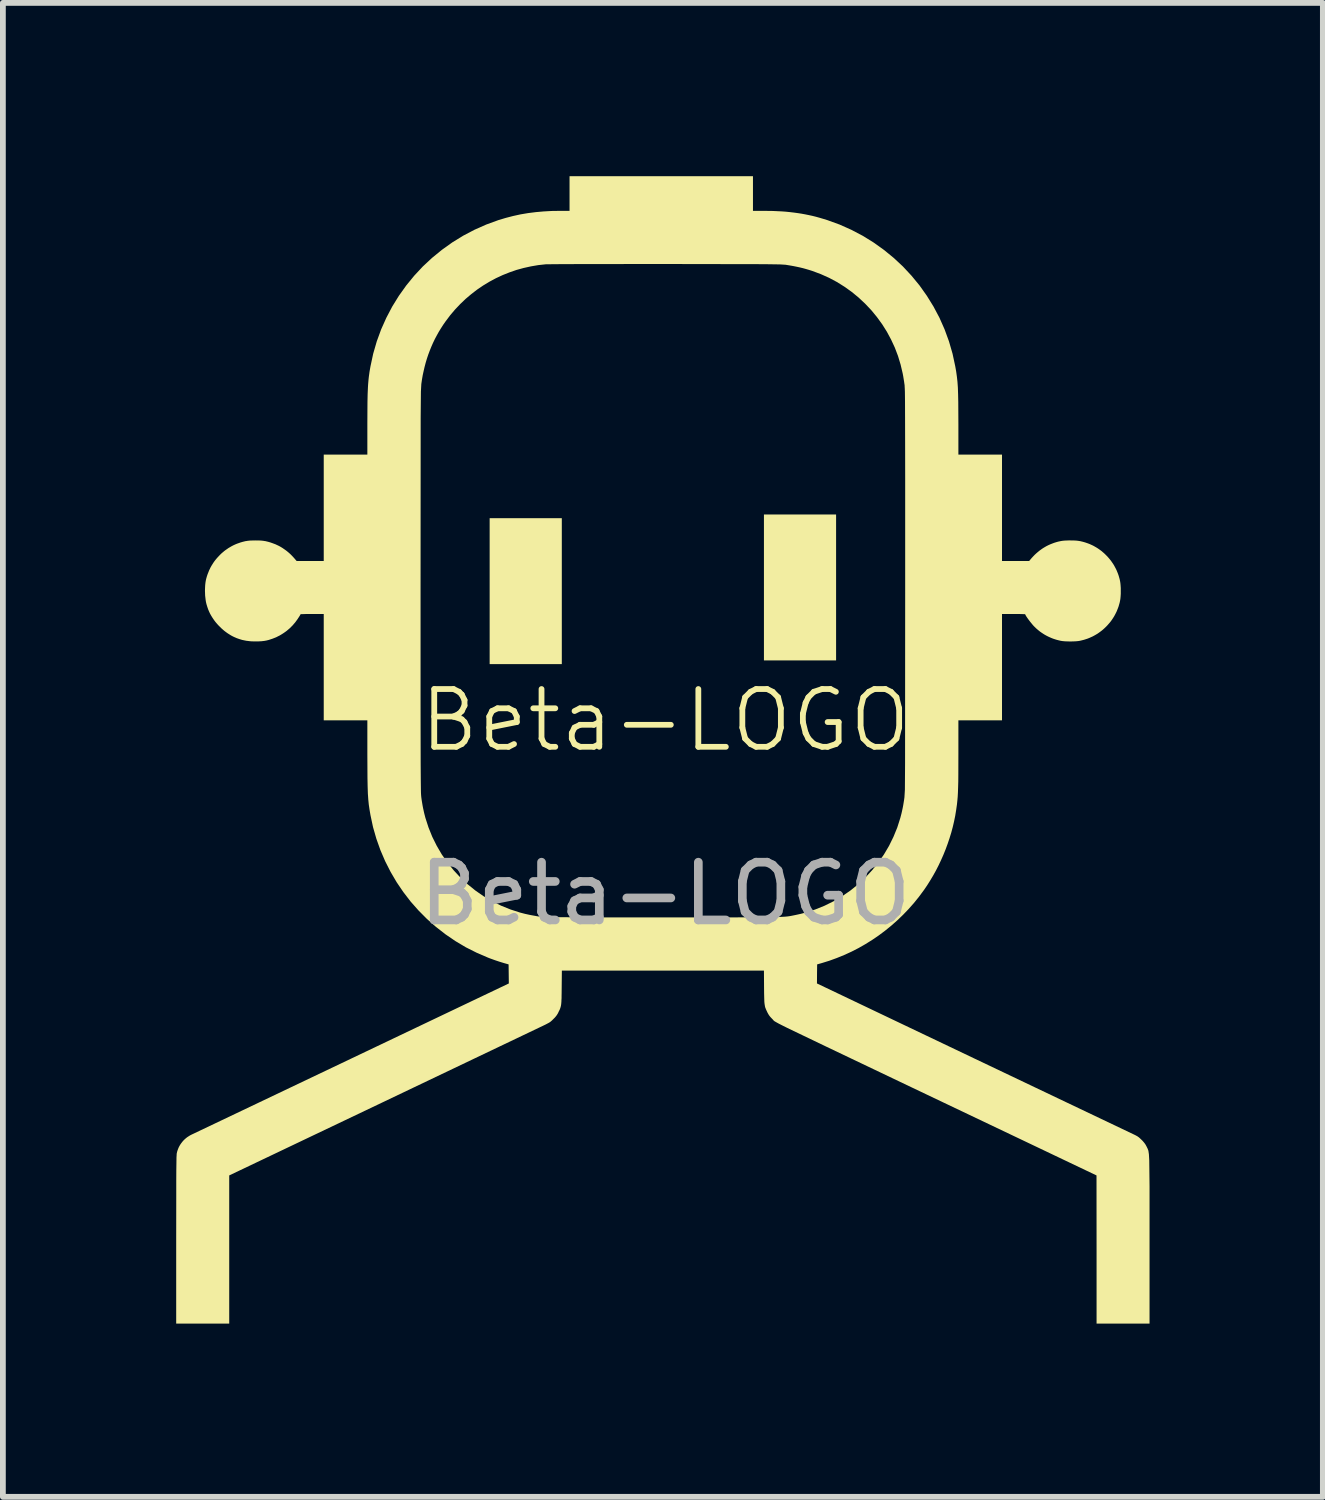
<source format=kicad_pcb>
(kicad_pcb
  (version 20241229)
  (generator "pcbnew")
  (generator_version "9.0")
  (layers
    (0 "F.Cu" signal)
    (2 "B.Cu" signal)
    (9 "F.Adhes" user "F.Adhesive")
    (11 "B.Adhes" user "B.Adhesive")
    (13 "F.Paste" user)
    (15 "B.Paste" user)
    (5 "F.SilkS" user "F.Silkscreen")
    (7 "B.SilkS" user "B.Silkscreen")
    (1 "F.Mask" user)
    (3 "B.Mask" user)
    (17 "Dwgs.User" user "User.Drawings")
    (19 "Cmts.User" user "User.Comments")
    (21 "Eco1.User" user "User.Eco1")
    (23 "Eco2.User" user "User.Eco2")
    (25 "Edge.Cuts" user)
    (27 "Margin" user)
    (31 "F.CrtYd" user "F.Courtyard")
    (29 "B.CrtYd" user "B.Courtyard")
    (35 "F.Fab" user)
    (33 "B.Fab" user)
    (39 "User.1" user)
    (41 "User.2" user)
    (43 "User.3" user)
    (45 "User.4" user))
  (footprint "Beta-LOGO"
    (layer "F.Cu")
    (at 8.467 9.92)
    (property "Reference" "Beta-LOGO" (at 0 -0.5 0) (unlocked yes) (layer "F.SilkS") (effects (font (size 1 1) (thickness 0.1))))
    (attr exclude_from_pos_files exclude_from_bom allow_missing_courtyard)
    (fp_poly (pts (xy -1.792 -2.737) (xy -1.792 -1.474) (xy -2.417 -1.474) (xy -3.041 -1.474) (xy -3.041 -2.737) (xy -3.041 -4) (xy -2.417 -4) (xy -1.792 -4)) (stroke (width 0) (type solid)) (fill yes) (layer "F.SilkS"))
    (fp_poly (pts (xy 2.956 -2.801) (xy 2.956 -1.538) (xy 2.332 -1.538) (xy 1.707 -1.538) (xy 1.707 -2.801) (xy 1.707 -4.064) (xy 2.332 -4.064) (xy 2.956 -4.064)) (stroke (width 0) (type solid)) (fill yes) (layer "F.SilkS"))
    (fp_poly (pts (xy 1.517 -9.62) (xy 1.517 -9.32) (xy 1.707 -9.32) (xy 1.862 -9.318) (xy 2.01 -9.311) (xy 2.081 -9.306) (xy 2.151 -9.299) (xy 2.219 -9.291) (xy 2.286 -9.282) (xy 2.352 -9.272) (xy 2.418 -9.26) (xy 2.482 -9.247) (xy 2.547 -9.233) (xy 2.611 -9.217) (xy 2.675 -9.199) (xy 2.739 -9.18) (xy 2.804 -9.16) (xy 3.016 -9.083) (xy 3.22 -8.992) (xy 3.416 -8.889) (xy 3.604 -8.773) (xy 3.783 -8.645) (xy 3.953 -8.506) (xy 4.113 -8.357) (xy 4.262 -8.197) (xy 4.401 -8.028) (xy 4.527 -7.85) (xy 4.642 -7.664) (xy 4.745 -7.47) (xy 4.834 -7.269) (xy 4.91 -7.061) (xy 4.972 -6.847) (xy 5.019 -6.628) (xy 5.035 -6.537) (xy 5.047 -6.45) (xy 5.057 -6.361) (xy 5.064 -6.262) (xy 5.068 -6.147) (xy 5.071 -6.007) (xy 5.073 -5.625) (xy 5.073 -5.101) (xy 5.45 -5.101) (xy 5.828 -5.101) (xy 5.828 -4.18) (xy 5.828 -3.259) (xy 6.063 -3.259) (xy 6.298 -3.259) (xy 6.342 -3.311) (xy 6.368 -3.339) (xy 6.394 -3.366) (xy 6.421 -3.391) (xy 6.449 -3.415) (xy 6.477 -3.438) (xy 6.506 -3.459) (xy 6.536 -3.48) (xy 6.566 -3.498) (xy 6.597 -3.516) (xy 6.629 -3.532) (xy 6.662 -3.547) (xy 6.695 -3.56) (xy 6.729 -3.573) (xy 6.764 -3.584) (xy 6.8 -3.594) (xy 6.837 -3.602) (xy 6.853 -3.605) (xy 6.871 -3.608) (xy 6.889 -3.61) (xy 6.909 -3.612) (xy 6.93 -3.613) (xy 6.954 -3.614) (xy 6.98 -3.615) (xy 7.01 -3.615) (xy 7.054 -3.614) (xy 7.074 -3.614) (xy 7.093 -3.613) (xy 7.112 -3.612) (xy 7.13 -3.61) (xy 7.147 -3.608) (xy 7.164 -3.605) (xy 7.18 -3.603) (xy 7.197 -3.599) (xy 7.213 -3.595) (xy 7.23 -3.591) (xy 7.247 -3.586) (xy 7.265 -3.581) (xy 7.303 -3.568) (xy 7.325 -3.56) (xy 7.348 -3.551) (xy 7.37 -3.541) (xy 7.392 -3.531) (xy 7.414 -3.52) (xy 7.435 -3.508) (xy 7.456 -3.496) (xy 7.476 -3.484) (xy 7.497 -3.47) (xy 7.517 -3.456) (xy 7.536 -3.442) (xy 7.556 -3.427) (xy 7.574 -3.411) (xy 7.593 -3.395) (xy 7.611 -3.378) (xy 7.629 -3.36) (xy 7.652 -3.337) (xy 7.673 -3.313) (xy 7.694 -3.288) (xy 7.714 -3.263) (xy 7.732 -3.237) (xy 7.75 -3.211) (xy 7.767 -3.184) (xy 7.782 -3.156) (xy 7.797 -3.128) (xy 7.811 -3.099) (xy 7.823 -3.07) (xy 7.835 -3.04) (xy 7.846 -3.009) (xy 7.855 -2.978) (xy 7.864 -2.946) (xy 7.871 -2.914) (xy 7.874 -2.897) (xy 7.877 -2.878) (xy 7.879 -2.858) (xy 7.881 -2.836) (xy 7.884 -2.79) (xy 7.884 -2.741) (xy 7.884 -2.692) (xy 7.881 -2.645) (xy 7.879 -2.624) (xy 7.877 -2.603) (xy 7.874 -2.585) (xy 7.871 -2.568) (xy 7.864 -2.535) (xy 7.855 -2.504) (xy 7.846 -2.472) (xy 7.835 -2.442) (xy 7.823 -2.412) (xy 7.811 -2.382) (xy 7.797 -2.354) (xy 7.782 -2.325) (xy 7.767 -2.298) (xy 7.75 -2.271) (xy 7.732 -2.244) (xy 7.714 -2.218) (xy 7.694 -2.193) (xy 7.673 -2.169) (xy 7.652 -2.145) (xy 7.629 -2.121) (xy 7.606 -2.099) (xy 7.582 -2.077) (xy 7.557 -2.056) (xy 7.532 -2.037) (xy 7.506 -2.018) (xy 7.48 -2) (xy 7.453 -1.984) (xy 7.425 -1.968) (xy 7.397 -1.953) (xy 7.368 -1.94) (xy 7.339 -1.927) (xy 7.309 -1.915) (xy 7.278 -1.905) (xy 7.247 -1.895) (xy 7.215 -1.887) (xy 7.183 -1.879) (xy 7.166 -1.876) (xy 7.147 -1.873) (xy 7.127 -1.871) (xy 7.105 -1.869) (xy 7.059 -1.867) (xy 7.01 -1.866) (xy 6.961 -1.867) (xy 6.914 -1.869) (xy 6.893 -1.871) (xy 6.872 -1.873) (xy 6.854 -1.876) (xy 6.837 -1.879) (xy 6.804 -1.887) (xy 6.773 -1.895) (xy 6.741 -1.905) (xy 6.711 -1.915) (xy 6.681 -1.927) (xy 6.651 -1.94) (xy 6.623 -1.953) (xy 6.594 -1.968) (xy 6.567 -1.983) (xy 6.54 -2) (xy 6.513 -2.018) (xy 6.487 -2.036) (xy 6.462 -2.056) (xy 6.437 -2.077) (xy 6.413 -2.098) (xy 6.39 -2.121) (xy 6.379 -2.132) (xy 6.367 -2.145) (xy 6.355 -2.159) (xy 6.342 -2.175) (xy 6.315 -2.208) (xy 6.289 -2.242) (xy 6.266 -2.274) (xy 6.256 -2.289) (xy 6.247 -2.302) (xy 6.24 -2.314) (xy 6.235 -2.324) (xy 6.231 -2.331) (xy 6.23 -2.334) (xy 6.23 -2.336) (xy 6.229 -2.337) (xy 6.226 -2.338) (xy 6.214 -2.339) (xy 6.171 -2.34) (xy 6.107 -2.342) (xy 6.029 -2.342) (xy 5.828 -2.342) (xy 5.828 -1.421) (xy 5.828 -0.501) (xy 5.45 -0.501) (xy 5.073 -0.501) (xy 5.073 0.079) (xy 5.072 0.432) (xy 5.071 0.56) (xy 5.068 0.664) (xy 5.065 0.749) (xy 5.061 0.823) (xy 5.055 0.89) (xy 5.048 0.956) (xy 5.034 1.054) (xy 5.018 1.152) (xy 4.998 1.25) (xy 4.975 1.348) (xy 4.949 1.445) (xy 4.919 1.542) (xy 4.887 1.637) (xy 4.852 1.732) (xy 4.814 1.826) (xy 4.773 1.919) (xy 4.73 2.01) (xy 4.684 2.1) (xy 4.635 2.188) (xy 4.583 2.275) (xy 4.53 2.359) (xy 4.473 2.442) (xy 4.39 2.554) (xy 4.303 2.662) (xy 4.211 2.766) (xy 4.115 2.866) (xy 4.015 2.962) (xy 3.912 3.053) (xy 3.805 3.14) (xy 3.694 3.223) (xy 3.581 3.3) (xy 3.464 3.373) (xy 3.345 3.441) (xy 3.222 3.504) (xy 3.097 3.561) (xy 2.97 3.613) (xy 2.841 3.66) (xy 2.709 3.701) (xy 2.628 3.724) (xy 2.626 3.889) (xy 2.625 4.054) (xy 5.339 5.348) (xy 8.121 6.673) (xy 8.131 6.678) (xy 8.141 6.683) (xy 8.149 6.687) (xy 8.157 6.692) (xy 8.165 6.696) (xy 8.172 6.7) (xy 8.179 6.705) (xy 8.186 6.71) (xy 8.193 6.715) (xy 8.2 6.72) (xy 8.206 6.726) (xy 8.213 6.732) (xy 8.221 6.739) (xy 8.228 6.746) (xy 8.245 6.762) (xy 8.261 6.778) (xy 8.268 6.786) (xy 8.274 6.793) (xy 8.28 6.8) (xy 8.286 6.807) (xy 8.291 6.813) (xy 8.296 6.82) (xy 8.301 6.827) (xy 8.306 6.833) (xy 8.31 6.84) (xy 8.315 6.848) (xy 8.319 6.855) (xy 8.323 6.863) (xy 8.328 6.871) (xy 8.332 6.88) (xy 8.349 6.914) (xy 8.362 6.95) (xy 8.371 7.011) (xy 8.377 7.119) (xy 8.382 7.571) (xy 8.382 8.49) (xy 8.382 9.942) (xy 7.923 9.942) (xy 7.465 9.942) (xy 7.465 8.659) (xy 7.464 7.377) (xy 6.887 7.102) (xy 6.249 6.798) (xy 4.252 5.847) (xy 2.793 5.151) (xy 2.372 4.949) (xy 2.222 4.877) (xy 2.106 4.821) (xy 2.02 4.778) (xy 1.959 4.747) (xy 1.918 4.724) (xy 1.892 4.709) (xy 1.884 4.703) (xy 1.878 4.698) (xy 1.869 4.689) (xy 1.862 4.68) (xy 1.852 4.669) (xy 1.836 4.653) (xy 1.829 4.645) (xy 1.822 4.638) (xy 1.816 4.631) (xy 1.81 4.624) (xy 1.805 4.617) (xy 1.8 4.611) (xy 1.795 4.604) (xy 1.791 4.597) (xy 1.786 4.59) (xy 1.782 4.583) (xy 1.778 4.576) (xy 1.774 4.568) (xy 1.769 4.56) (xy 1.765 4.551) (xy 1.748 4.515) (xy 1.741 4.499) (xy 1.735 4.483) (xy 1.729 4.468) (xy 1.725 4.452) (xy 1.722 4.434) (xy 1.719 4.415) (xy 1.716 4.393) (xy 1.714 4.369) (xy 1.712 4.307) (xy 1.71 4.225) (xy 1.709 4.119) (xy 1.707 3.832) (xy -0.042 3.832) (xy -1.791 3.832) (xy -1.794 4.119) (xy -1.795 4.225) (xy -1.796 4.269) (xy -1.796 4.307) (xy -1.798 4.34) (xy -1.799 4.369) (xy -1.801 4.393) (xy -1.803 4.415) (xy -1.805 4.425) (xy -1.806 4.434) (xy -1.808 4.443) (xy -1.81 4.452) (xy -1.812 4.46) (xy -1.814 4.468) (xy -1.817 4.475) (xy -1.819 4.483) (xy -1.825 4.499) (xy -1.832 4.515) (xy -1.841 4.532) (xy -1.85 4.551) (xy -1.854 4.56) (xy -1.858 4.568) (xy -1.862 4.576) (xy -1.867 4.583) (xy -1.871 4.59) (xy -1.875 4.597) (xy -1.88 4.604) (xy -1.885 4.611) (xy -1.89 4.617) (xy -1.895 4.624) (xy -1.901 4.631) (xy -1.907 4.638) (xy -1.913 4.645) (xy -1.92 4.652) (xy -1.936 4.668) (xy -1.954 4.686) (xy -1.962 4.694) (xy -1.97 4.701) (xy -1.978 4.708) (xy -1.985 4.714) (xy -1.993 4.72) (xy -2.001 4.726) (xy -2.01 4.731) (xy -2.02 4.737) (xy -2.031 4.743) (xy -2.043 4.749) (xy -2.071 4.764) (xy -2.106 4.781) (xy -4.884 6.107) (xy -7.549 7.377) (xy -7.549 8.659) (xy -7.549 9.942) (xy -8.008 9.942) (xy -8.467 9.942) (xy -8.467 8.49) (xy -8.466 7.735) (xy -8.466 7.478) (xy -8.465 7.288) (xy -8.463 7.154) (xy -8.462 7.066) (xy -8.46 7.036) (xy -8.459 7.014) (xy -8.458 6.999) (xy -8.456 6.989) (xy -8.45 6.964) (xy -8.442 6.939) (xy -8.433 6.915) (xy -8.423 6.891) (xy -8.411 6.868) (xy -8.398 6.846) (xy -8.383 6.824) (xy -8.367 6.803) (xy -8.351 6.783) (xy -8.333 6.764) (xy -8.314 6.746) (xy -8.294 6.729) (xy -8.273 6.713) (xy -8.251 6.699) (xy -8.229 6.685) (xy -8.206 6.673) (xy -5.424 5.348) (xy -2.709 4.054) (xy -2.711 3.889) (xy -2.713 3.724) (xy -2.762 3.71) (xy -2.794 3.701) (xy -2.83 3.69) (xy -2.869 3.678) (xy -2.911 3.664) (xy -2.953 3.65) (xy -2.994 3.635) (xy -3.033 3.621) (xy -3.069 3.607) (xy -3.264 3.523) (xy -3.453 3.428) (xy -3.633 3.321) (xy -3.806 3.203) (xy -3.97 3.075) (xy -4.126 2.938) (xy -4.272 2.791) (xy -4.409 2.636) (xy -4.535 2.472) (xy -4.651 2.301) (xy -4.756 2.122) (xy -4.85 1.937) (xy -4.932 1.746) (xy -5.002 1.549) (xy -5.06 1.347) (xy -5.104 1.14) (xy -5.12 1.047) (xy -5.133 0.959) (xy -5.142 0.869) (xy -5.149 0.767) (xy -5.153 0.646) (xy -5.156 0.497) (xy -5.158 0.083) (xy -5.158 -0.501) (xy -5.535 -0.501) (xy -5.913 -0.501) (xy -5.913 -1.421) (xy -5.913 -2.342) (xy -6.114 -2.342) (xy -6.154 -2.342) (xy -6.192 -2.342) (xy -6.226 -2.341) (xy -6.256 -2.34) (xy -6.28 -2.339) (xy -6.299 -2.339) (xy -6.311 -2.338) (xy -6.314 -2.337) (xy -6.314 -2.337) (xy -6.315 -2.336) (xy -6.315 -2.335) (xy -6.316 -2.334) (xy -6.319 -2.328) (xy -6.323 -2.32) (xy -6.329 -2.31) (xy -6.336 -2.299) (xy -6.344 -2.286) (xy -6.354 -2.272) (xy -6.363 -2.257) (xy -6.384 -2.228) (xy -6.405 -2.199) (xy -6.428 -2.172) (xy -6.451 -2.145) (xy -6.476 -2.12) (xy -6.501 -2.095) (xy -6.528 -2.072) (xy -6.555 -2.049) (xy -6.584 -2.028) (xy -6.613 -2.008) (xy -6.643 -1.989) (xy -6.673 -1.971) (xy -6.705 -1.955) (xy -6.736 -1.939) (xy -6.769 -1.926) (xy -6.802 -1.913) (xy -6.839 -1.901) (xy -6.857 -1.895) (xy -6.874 -1.89) (xy -6.891 -1.886) (xy -6.907 -1.882) (xy -6.924 -1.879) (xy -6.94 -1.876) (xy -6.957 -1.874) (xy -6.974 -1.872) (xy -6.992 -1.87) (xy -7.011 -1.869) (xy -7.05 -1.867) (xy -7.094 -1.867) (xy -7.122 -1.867) (xy -7.15 -1.868) (xy -7.176 -1.869) (xy -7.203 -1.872) (xy -7.228 -1.875) (xy -7.253 -1.878) (xy -7.278 -1.883) (xy -7.302 -1.888) (xy -7.326 -1.893) (xy -7.349 -1.9) (xy -7.372 -1.907) (xy -7.395 -1.915) (xy -7.418 -1.923) (xy -7.441 -1.933) (xy -7.464 -1.943) (xy -7.487 -1.954) (xy -7.517 -1.97) (xy -7.546 -1.988) (xy -7.576 -2.007) (xy -7.604 -2.027) (xy -7.633 -2.049) (xy -7.66 -2.072) (xy -7.687 -2.096) (xy -7.713 -2.122) (xy -7.739 -2.148) (xy -7.763 -2.175) (xy -7.786 -2.202) (xy -7.808 -2.231) (xy -7.828 -2.26) (xy -7.847 -2.289) (xy -7.865 -2.319) (xy -7.881 -2.348) (xy -7.892 -2.371) (xy -7.902 -2.394) (xy -7.912 -2.417) (xy -7.92 -2.44) (xy -7.928 -2.463) (xy -7.935 -2.486) (xy -7.942 -2.509) (xy -7.948 -2.533) (xy -7.953 -2.557) (xy -7.957 -2.582) (xy -7.96 -2.607) (xy -7.963 -2.633) (xy -7.966 -2.659) (xy -7.967 -2.685) (xy -7.968 -2.713) (xy -7.969 -2.741) (xy -7.969 -2.744) (xy -4.237 -2.744) (xy -4.237 -0.798) (xy -4.236 -0.178) (xy -4.235 0.255) (xy -4.233 0.536) (xy -4.231 0.702) (xy -4.23 0.753) (xy -4.228 0.789) (xy -4.226 0.814) (xy -4.224 0.833) (xy -4.218 0.877) (xy -4.21 0.926) (xy -4.202 0.974) (xy -4.194 1.016) (xy -4.175 1.103) (xy -4.153 1.188) (xy -4.099 1.355) (xy -4.034 1.516) (xy -3.957 1.671) (xy -3.87 1.82) (xy -3.772 1.961) (xy -3.664 2.095) (xy -3.547 2.221) (xy -3.421 2.338) (xy -3.287 2.446) (xy -3.146 2.544) (xy -2.997 2.631) (xy -2.842 2.708) (xy -2.681 2.773) (xy -2.514 2.827) (xy -2.429 2.849) (xy -2.342 2.868) (xy -2.199 2.894) (xy -2.101 2.901) (xy -1.942 2.906) (xy -1.311 2.91) (xy -0.042 2.911) (xy 1.226 2.91) (xy 1.605 2.909) (xy 1.745 2.908) (xy 1.858 2.906) (xy 1.947 2.904) (xy 2.016 2.901) (xy 2.071 2.898) (xy 2.114 2.894) (xy 2.151 2.889) (xy 2.184 2.883) (xy 2.258 2.868) (xy 2.344 2.849) (xy 2.429 2.827) (xy 2.596 2.773) (xy 2.757 2.708) (xy 2.913 2.631) (xy 3.061 2.544) (xy 3.203 2.446) (xy 3.337 2.338) (xy 3.462 2.221) (xy 3.579 2.095) (xy 3.687 1.961) (xy 3.785 1.82) (xy 3.873 1.671) (xy 3.949 1.516) (xy 4.015 1.355) (xy 4.068 1.188) (xy 4.09 1.103) (xy 4.109 1.016) (xy 4.117 0.974) (xy 4.125 0.926) (xy 4.133 0.877) (xy 4.139 0.833) (xy 4.147 0.702) (xy 4.15 0.255) (xy 4.152 -2.744) (xy 4.152 -4.691) (xy 4.151 -5.311) (xy 4.15 -5.743) (xy 4.149 -6.025) (xy 4.147 -6.191) (xy 4.145 -6.242) (xy 4.143 -6.278) (xy 4.142 -6.303) (xy 4.139 -6.321) (xy 4.133 -6.365) (xy 4.125 -6.414) (xy 4.117 -6.463) (xy 4.109 -6.505) (xy 4.073 -6.658) (xy 4.028 -6.807) (xy 3.973 -6.952) (xy 3.908 -7.092) (xy 3.835 -7.228) (xy 3.753 -7.358) (xy 3.662 -7.483) (xy 3.565 -7.601) (xy 3.459 -7.713) (xy 3.347 -7.818) (xy 3.228 -7.916) (xy 3.102 -8.006) (xy 2.971 -8.088) (xy 2.834 -8.161) (xy 2.691 -8.225) (xy 2.544 -8.28) (xy 2.49 -8.297) (xy 2.436 -8.313) (xy 2.382 -8.328) (xy 2.328 -8.341) (xy 2.272 -8.353) (xy 2.212 -8.365) (xy 2.149 -8.376) (xy 2.081 -8.387) (xy 1.985 -8.393) (xy 1.708 -8.397) (xy 0 -8.4) (xy -1.433 -8.399) (xy -1.885 -8.397) (xy -2.069 -8.395) (xy -2.199 -8.381) (xy -2.327 -8.359) (xy -2.453 -8.331) (xy -2.577 -8.297) (xy -2.698 -8.255) (xy -2.816 -8.208) (xy -2.932 -8.154) (xy -3.044 -8.094) (xy -3.153 -8.028) (xy -3.259 -7.956) (xy -3.36 -7.878) (xy -3.458 -7.795) (xy -3.551 -7.706) (xy -3.64 -7.612) (xy -3.724 -7.513) (xy -3.803 -7.408) (xy -3.845 -7.348) (xy -3.884 -7.287) (xy -3.922 -7.225) (xy -3.957 -7.162) (xy -3.991 -7.098) (xy -4.022 -7.033) (xy -4.051 -6.967) (xy -4.078 -6.9) (xy -4.104 -6.831) (xy -4.127 -6.762) (xy -4.148 -6.692) (xy -4.167 -6.62) (xy -4.184 -6.547) (xy -4.2 -6.473) (xy -4.213 -6.398) (xy -4.224 -6.321) (xy -4.231 -6.191) (xy -4.235 -5.743) (xy -4.237 -2.744) (xy -7.969 -2.744) (xy -7.968 -2.785) (xy -7.967 -2.805) (xy -7.966 -2.824) (xy -7.965 -2.843) (xy -7.963 -2.861) (xy -7.961 -2.878) (xy -7.959 -2.895) (xy -7.956 -2.911) (xy -7.953 -2.928) (xy -7.949 -2.945) (xy -7.945 -2.961) (xy -7.94 -2.978) (xy -7.935 -2.996) (xy -7.922 -3.034) (xy -7.913 -3.056) (xy -7.904 -3.079) (xy -7.895 -3.101) (xy -7.884 -3.123) (xy -7.874 -3.145) (xy -7.862 -3.166) (xy -7.85 -3.187) (xy -7.837 -3.207) (xy -7.824 -3.228) (xy -7.81 -3.248) (xy -7.796 -3.267) (xy -7.78 -3.287) (xy -7.765 -3.305) (xy -7.748 -3.324) (xy -7.731 -3.342) (xy -7.714 -3.36) (xy -7.696 -3.378) (xy -7.678 -3.395) (xy -7.659 -3.411) (xy -7.64 -3.427) (xy -7.621 -3.442) (xy -7.601 -3.456) (xy -7.581 -3.47) (xy -7.561 -3.484) (xy -7.54 -3.496) (xy -7.52 -3.508) (xy -7.498 -3.52) (xy -7.477 -3.531) (xy -7.455 -3.541) (xy -7.433 -3.551) (xy -7.41 -3.56) (xy -7.387 -3.568) (xy -7.35 -3.581) (xy -7.332 -3.586) (xy -7.315 -3.591) (xy -7.298 -3.595) (xy -7.282 -3.599) (xy -7.265 -3.603) (xy -7.248 -3.605) (xy -7.232 -3.608) (xy -7.214 -3.61) (xy -7.197 -3.612) (xy -7.178 -3.613) (xy -7.139 -3.614) (xy -7.094 -3.615) (xy -7.05 -3.614) (xy -7.03 -3.614) (xy -7.011 -3.613) (xy -6.992 -3.612) (xy -6.974 -3.61) (xy -6.957 -3.608) (xy -6.94 -3.605) (xy -6.924 -3.603) (xy -6.907 -3.599) (xy -6.891 -3.595) (xy -6.874 -3.591) (xy -6.857 -3.586) (xy -6.839 -3.581) (xy -6.802 -3.568) (xy -6.775 -3.558) (xy -6.748 -3.548) (xy -6.723 -3.536) (xy -6.697 -3.524) (xy -6.672 -3.511) (xy -6.648 -3.497) (xy -6.624 -3.482) (xy -6.601 -3.466) (xy -6.578 -3.45) (xy -6.555 -3.433) (xy -6.533 -3.415) (xy -6.511 -3.396) (xy -6.489 -3.376) (xy -6.468 -3.355) (xy -6.447 -3.333) (xy -6.427 -3.311) (xy -6.382 -3.259) (xy -6.148 -3.259) (xy -5.913 -3.259) (xy -5.913 -4.18) (xy -5.913 -5.101) (xy -5.535 -5.101) (xy -5.158 -5.101) (xy -5.158 -5.629) (xy -5.157 -5.838) (xy -5.156 -6.009) (xy -5.153 -6.148) (xy -5.148 -6.263) (xy -5.145 -6.314) (xy -5.141 -6.361) (xy -5.137 -6.406) (xy -5.132 -6.45) (xy -5.12 -6.537) (xy -5.104 -6.628) (xy -5.057 -6.847) (xy -4.995 -7.061) (xy -4.919 -7.269) (xy -4.829 -7.47) (xy -4.727 -7.664) (xy -4.612 -7.85) (xy -4.485 -8.028) (xy -4.347 -8.197) (xy -4.198 -8.357) (xy -4.038 -8.506) (xy -3.868 -8.645) (xy -3.689 -8.773) (xy -3.501 -8.889) (xy -3.305 -8.992) (xy -3.1 -9.083) (xy -2.889 -9.16) (xy -2.762 -9.198) (xy -2.635 -9.231) (xy -2.507 -9.259) (xy -2.377 -9.281) (xy -2.243 -9.298) (xy -2.107 -9.31) (xy -1.966 -9.318) (xy -1.82 -9.32) (xy -1.658 -9.32) (xy -1.658 -9.62) (xy -1.658 -9.92) (xy -0.071 -9.92) (xy 1.517 -9.92)) (stroke (width 0) (type solid)) (fill yes) (layer "F.SilkS"))
    (fp_text user "${REFERENCE}" (at 0 2.5 0) (unlocked yes) (layer "F.Fab") (effects (font (size 1 1) (thickness 0.15)))))
  (gr_rect
    (start -3 -3)
    (end 19.849 22.861)
    (stroke (width 0.1) (type default))
    (fill no)
    (layer "Edge.Cuts")))
</source>
